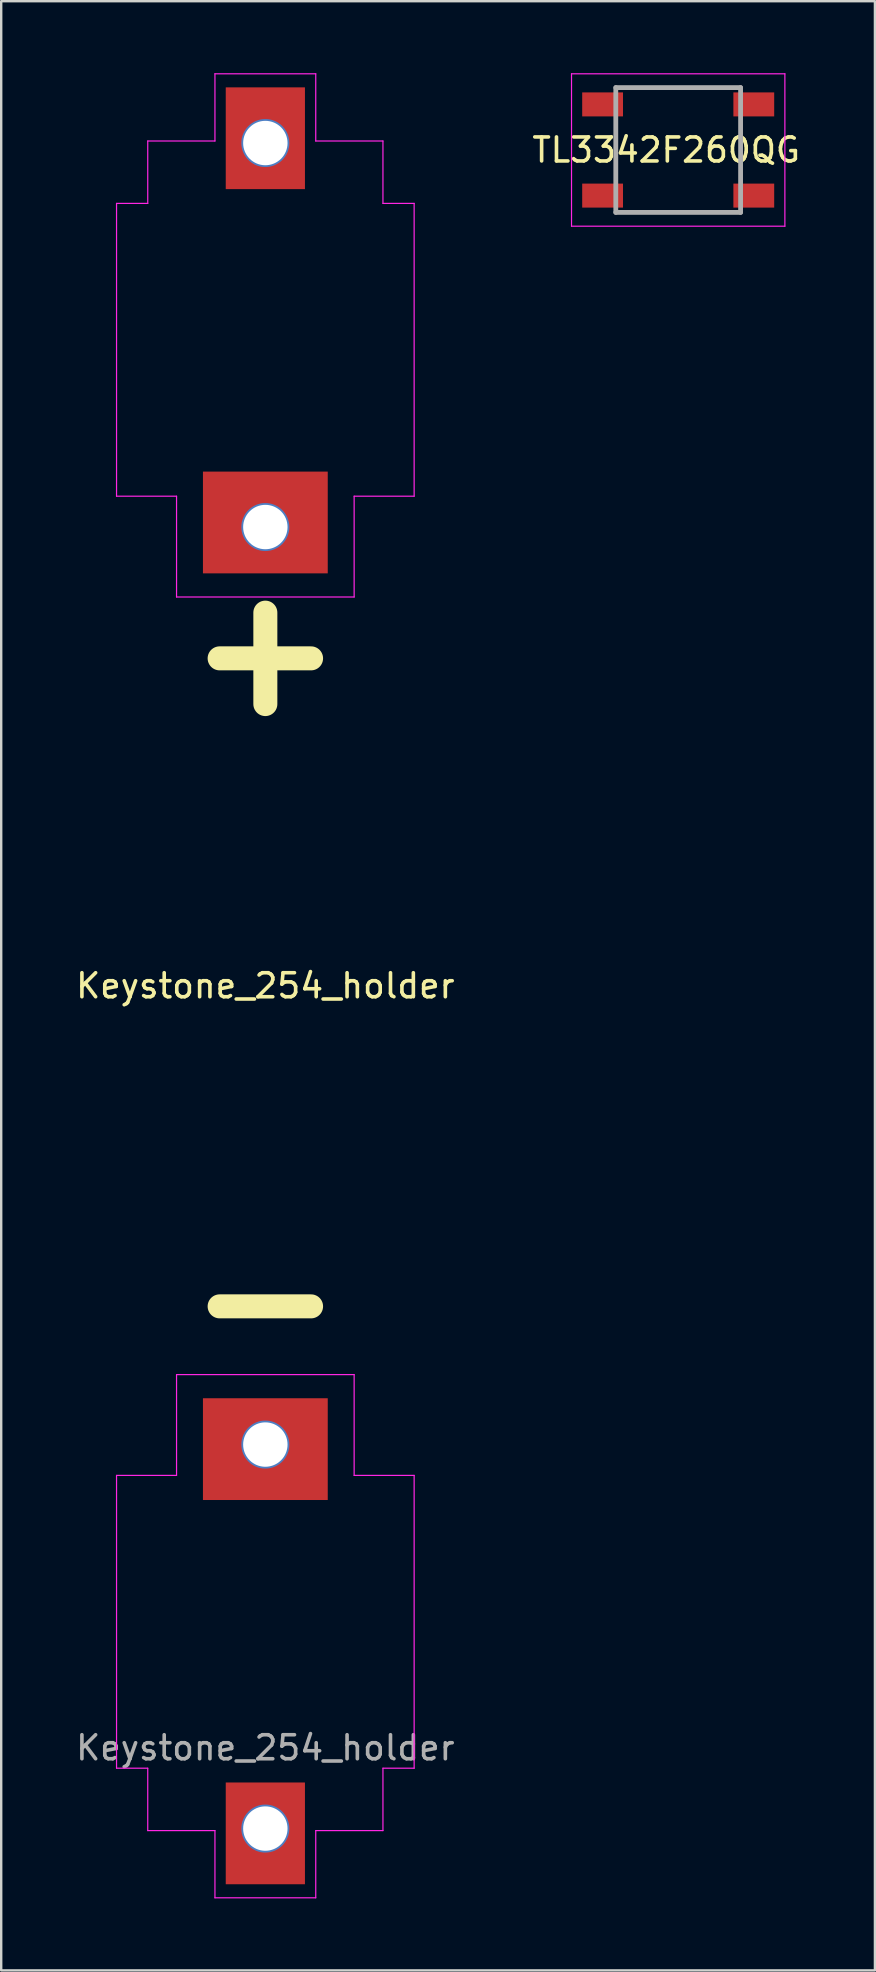
<source format=kicad_pcb>
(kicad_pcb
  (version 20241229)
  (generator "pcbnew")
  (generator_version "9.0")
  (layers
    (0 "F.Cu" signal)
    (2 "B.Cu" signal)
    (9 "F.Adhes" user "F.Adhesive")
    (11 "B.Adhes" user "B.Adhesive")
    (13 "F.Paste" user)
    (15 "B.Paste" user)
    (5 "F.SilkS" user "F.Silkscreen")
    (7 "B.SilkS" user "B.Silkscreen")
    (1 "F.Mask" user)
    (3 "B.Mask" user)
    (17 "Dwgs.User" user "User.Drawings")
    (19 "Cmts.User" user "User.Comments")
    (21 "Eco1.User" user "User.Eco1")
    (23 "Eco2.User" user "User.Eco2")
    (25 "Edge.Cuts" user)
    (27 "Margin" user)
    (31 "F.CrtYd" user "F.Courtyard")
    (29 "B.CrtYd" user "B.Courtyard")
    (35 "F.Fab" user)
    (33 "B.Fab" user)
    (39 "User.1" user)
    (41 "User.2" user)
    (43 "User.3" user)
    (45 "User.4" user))
  (footprint "TL3342F260QG"
    (layer "F.Cu")
    (at 25.208 3.2)
    (property "Reference" "TL3342F260QG" (at -0.5 0 0) (layer "F.SilkS") (effects (font (size 1 1) (thickness 0.15))))
    (fp_line (start -2.6 -1) (end -2.6 0.8) (stroke (width 0.1) (type solid)) (layer "F.SilkS"))
    (fp_line (start -2 -2.6) (end 2 -2.6) (stroke (width 0.1) (type solid)) (layer "F.SilkS"))
    (fp_line (start -2 2.6) (end 1.8 2.6) (stroke (width 0.1) (type solid)) (layer "F.SilkS"))
    (fp_line (start 2.6 -1) (end 2.6 0.8) (stroke (width 0.1) (type solid)) (layer "F.SilkS"))
    (fp_line (start -4.445 -3.175) (end -4.445 3.175) (stroke (width 0.05) (type solid)) (layer "F.CrtYd"))
    (fp_line (start -4.445 3.175) (end 4.445 3.175) (stroke (width 0.05) (type solid)) (layer "F.CrtYd"))
    (fp_line (start 4.445 -3.175) (end -4.445 -3.175) (stroke (width 0.05) (type solid)) (layer "F.CrtYd"))
    (fp_line (start 4.445 3.175) (end 4.445 -3.175) (stroke (width 0.05) (type solid)) (layer "F.CrtYd"))
    (fp_line (start -2.6 -2.6) (end 2.6 -2.6) (stroke (width 0.2) (type solid)) (layer "F.Fab"))
    (fp_line (start -2.6 2.6) (end -2.6 -2.6) (stroke (width 0.2) (type solid)) (layer "F.Fab"))
    (fp_line (start 2.6 -2.6) (end 2.6 2.6) (stroke (width 0.2) (type solid)) (layer "F.Fab"))
    (fp_line (start 2.6 2.6) (end -2.6 2.6) (stroke (width 0.2) (type solid)) (layer "F.Fab"))
    (pad "1" smd rect (at -3.15 1.9) (size 1.7 1) (layers "F.Cu" "F.Mask" "F.Paste"))
    (pad "1" smd rect (at 3.15 1.9) (size 1.7 1) (layers "F.Cu" "F.Mask" "F.Paste"))
    (pad "2" smd rect (at -3.15 -1.9) (size 1.7 1) (layers "F.Cu" "F.Mask" "F.Paste"))
    (pad "2" smd rect (at 3.15 -1.9) (size 1.7 1) (layers "F.Cu" "F.Mask" "F.Paste")))
  (footprint "Keystone_254_holder"
    (layer "F.Cu")
    (at 8.006 38.025)
    (property "Reference" "Keystone_254_holder" (at 0 0 0) (unlocked yes) (layer "F.SilkS") (effects (font (size 1 1) (thickness 0.15))))
    (fp_line (start -6.2 -32.6) (end -6.2 -20.4) (stroke (width 0.05) (type solid)) (layer "F.CrtYd"))
    (fp_line (start -6.2 -20.4) (end -3.7 -20.4) (stroke (width 0.05) (type solid)) (layer "F.CrtYd"))
    (fp_line (start -6.2 20.4) (end -3.7 20.4) (stroke (width 0.05) (type solid)) (layer "F.CrtYd"))
    (fp_line (start -6.2 32.6) (end -6.2 20.4) (stroke (width 0.05) (type solid)) (layer "F.CrtYd"))
    (fp_line (start -4.9 -35.2) (end -4.9 -32.6) (stroke (width 0.05) (type solid)) (layer "F.CrtYd"))
    (fp_line (start -4.9 -32.6) (end -6.2 -32.6) (stroke (width 0.05) (type solid)) (layer "F.CrtYd"))
    (fp_line (start -4.9 32.6) (end -6.2 32.6) (stroke (width 0.05) (type solid)) (layer "F.CrtYd"))
    (fp_line (start -4.9 35.2) (end -4.9 32.6) (stroke (width 0.05) (type solid)) (layer "F.CrtYd"))
    (fp_line (start -3.7 -20.4) (end -3.7 -16.2) (stroke (width 0.05) (type solid)) (layer "F.CrtYd"))
    (fp_line (start -3.7 -16.2) (end 3.7 -16.2) (stroke (width 0.05) (type solid)) (layer "F.CrtYd"))
    (fp_line (start -3.7 20.4) (end -3.7 16.2) (stroke (width 0.05) (type solid)) (layer "F.CrtYd"))
    (fp_line (start -2.1 -38) (end -2.1 -35.2) (stroke (width 0.05) (type solid)) (layer "F.CrtYd"))
    (fp_line (start -2.1 -38) (end 2.1 -38) (stroke (width 0.05) (type solid)) (layer "F.CrtYd"))
    (fp_line (start -2.1 -35.2) (end -4.9 -35.2) (stroke (width 0.05) (type solid)) (layer "F.CrtYd"))
    (fp_line (start -2.1 35.2) (end -4.9 35.2) (stroke (width 0.05) (type solid)) (layer "F.CrtYd"))
    (fp_line (start -2.1 38) (end -2.1 35.2) (stroke (width 0.05) (type solid)) (layer "F.CrtYd"))
    (fp_line (start 2.1 -38) (end 2.1 -35.2) (stroke (width 0.05) (type solid)) (layer "F.CrtYd"))
    (fp_line (start 2.1 -35.2) (end 4.9 -35.2) (stroke (width 0.05) (type solid)) (layer "F.CrtYd"))
    (fp_line (start 2.1 35.2) (end 4.9 35.2) (stroke (width 0.05) (type solid)) (layer "F.CrtYd"))
    (fp_line (start 2.1 38) (end -2.1 38) (stroke (width 0.05) (type solid)) (layer "F.CrtYd"))
    (fp_line (start 2.1 38) (end 2.1 35.2) (stroke (width 0.05) (type solid)) (layer "F.CrtYd"))
    (fp_line (start 3.7 -20.4) (end 3.7 -16.2) (stroke (width 0.05) (type solid)) (layer "F.CrtYd"))
    (fp_line (start 3.7 16.2) (end -3.7 16.2) (stroke (width 0.05) (type solid)) (layer "F.CrtYd"))
    (fp_line (start 3.7 20.4) (end 3.7 16.2) (stroke (width 0.05) (type solid)) (layer "F.CrtYd"))
    (fp_line (start 4.9 -35.2) (end 4.9 -32.6) (stroke (width 0.05) (type solid)) (layer "F.CrtYd"))
    (fp_line (start 4.9 -32.6) (end 6.2 -32.6) (stroke (width 0.05) (type solid)) (layer "F.CrtYd"))
    (fp_line (start 4.9 32.6) (end 6.2 32.6) (stroke (width 0.05) (type solid)) (layer "F.CrtYd"))
    (fp_line (start 4.9 35.2) (end 4.9 32.6) (stroke (width 0.05) (type solid)) (layer "F.CrtYd"))
    (fp_line (start 6.2 -32.6) (end 6.2 -20.4) (stroke (width 0.05) (type solid)) (layer "F.CrtYd"))
    (fp_line (start 6.2 -20.4) (end 3.7 -20.4) (stroke (width 0.05) (type solid)) (layer "F.CrtYd"))
    (fp_line (start 6.2 20.4) (end 3.7 20.4) (stroke (width 0.05) (type solid)) (layer "F.CrtYd"))
    (fp_line (start 6.2 32.6) (end 6.2 20.4) (stroke (width 0.05) (type solid)) (layer "F.CrtYd"))
    (fp_text user "+" (at 0 -14 0) (unlocked yes) (layer "F.SilkS") (effects (font (size 5 5) (thickness 1))))
    (fp_text user "-" (at 0 13 0) (unlocked yes) (layer "F.SilkS") (effects (font (size 5 5) (thickness 1))))
    (fp_text user "${REFERENCE}" (at 0 31.75 0) (unlocked yes) (layer "F.Fab") (effects (font (size 1 1) (thickness 0.15))))
    (pad "1" smd rect (at 0 -35.315 270) (size 4.24 3.3) (layers "F.Cu" "F.Mask" "F.Paste"))
    (pad "1" thru_hole circle (at 0 -35.115 270) (size 2 2) (drill 1.85) (layers "*.Cu" "*.Mask"))
    (pad "1" smd rect (at 0 -19.305 270) (size 4.24 5.2) (layers "F.Cu" "F.Mask" "F.Paste"))
    (pad "1" thru_hole circle (at 0 -19.115 270) (size 2 2) (drill 1.85) (layers "*.Cu" "*.Mask"))
    (pad "2" thru_hole circle (at 0 19.115 270) (size 2 2) (drill 1.85) (layers "*.Cu" "*.Mask"))
    (pad "2" smd rect (at 0 19.305 270) (size 4.24 5.2) (layers "F.Cu" "F.Mask" "F.Paste"))
    (pad "2" thru_hole circle (at 0 35.115 270) (size 2 2) (drill 1.85) (layers "*.Cu" "*.Mask"))
    (pad "2" smd rect (at 0 35.315 270) (size 4.24 3.3) (layers "F.Cu" "F.Mask" "F.Paste")))
  (gr_rect
    (start -3 -3)
    (end 33.405 79.05)
    (stroke (width 0.1) (type default))
    (fill no)
    (layer "Edge.Cuts")))
</source>
